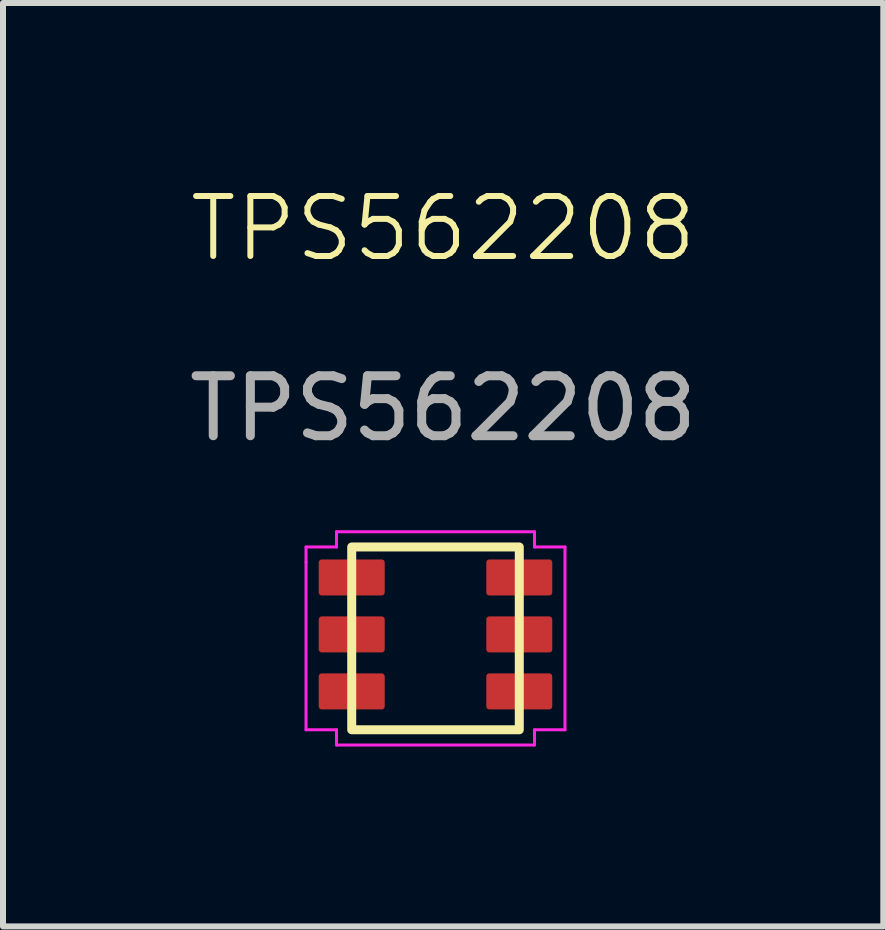
<source format=kicad_pcb>
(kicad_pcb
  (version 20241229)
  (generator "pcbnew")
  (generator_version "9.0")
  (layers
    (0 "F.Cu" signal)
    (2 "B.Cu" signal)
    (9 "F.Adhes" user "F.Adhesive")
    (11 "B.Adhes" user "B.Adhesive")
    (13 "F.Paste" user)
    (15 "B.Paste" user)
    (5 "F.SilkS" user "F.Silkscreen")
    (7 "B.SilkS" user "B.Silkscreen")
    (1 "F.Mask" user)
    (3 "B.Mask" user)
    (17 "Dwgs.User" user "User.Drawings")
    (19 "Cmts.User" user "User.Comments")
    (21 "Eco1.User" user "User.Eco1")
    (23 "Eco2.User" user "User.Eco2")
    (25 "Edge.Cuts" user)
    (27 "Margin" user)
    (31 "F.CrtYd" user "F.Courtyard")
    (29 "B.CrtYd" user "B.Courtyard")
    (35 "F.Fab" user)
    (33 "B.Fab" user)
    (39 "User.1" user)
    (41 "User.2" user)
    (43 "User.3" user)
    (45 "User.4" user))
  (footprint "TPS562208"
    (layer "F.Cu")
    (at 2.815 6.071)
    (property "Reference" "TPS562208" (at 1.524 -5.31 0) (unlocked yes) (layer "F.SilkS") (effects (font (size 1 1) (thickness 0.1))))
    (attr smd)
    (fp_rect (start 0 0) (end 2.794 3.048) (stroke (width 0.15) (type default)) (fill no) (layer "F.SilkS"))
    (fp_line (start -0.762 0) (end -0.762 0.254) (stroke (width 0.05) (type default)) (layer "F.CrtYd"))
    (fp_line (start -0.762 0.254) (end -0.762 3.048) (stroke (width 0.05) (type default)) (layer "F.CrtYd"))
    (fp_line (start -0.762 3.048) (end -0.254 3.048) (stroke (width 0.05) (type default)) (layer "F.CrtYd"))
    (fp_line (start -0.254 -0.254) (end -0.254 0) (stroke (width 0.05) (type default)) (layer "F.CrtYd"))
    (fp_line (start -0.254 0) (end -0.762 0) (stroke (width 0.05) (type default)) (layer "F.CrtYd"))
    (fp_line (start -0.254 3.048) (end -0.254 3.302) (stroke (width 0.05) (type default)) (layer "F.CrtYd"))
    (fp_line (start -0.254 3.302) (end 3.048 3.302) (stroke (width 0.05) (type default)) (layer "F.CrtYd"))
    (fp_line (start 3.048 -0.254) (end -0.254 -0.254) (stroke (width 0.05) (type default)) (layer "F.CrtYd"))
    (fp_line (start 3.048 0) (end 3.048 -0.254) (stroke (width 0.05) (type default)) (layer "F.CrtYd"))
    (fp_line (start 3.048 3.048) (end 3.556 3.048) (stroke (width 0.05) (type default)) (layer "F.CrtYd"))
    (fp_line (start 3.048 3.302) (end 3.048 3.048) (stroke (width 0.05) (type default)) (layer "F.CrtYd"))
    (fp_line (start 3.556 0) (end 3.048 0) (stroke (width 0.05) (type default)) (layer "F.CrtYd"))
    (fp_line (start 3.556 3.048) (end 3.556 0) (stroke (width 0.05) (type default)) (layer "F.CrtYd"))
    (fp_text user "${REFERENCE}" (at 1.524 -2.31 0) (unlocked yes) (layer "F.Fab") (effects (font (size 1 1) (thickness 0.15))))
    (pad "1" smd roundrect (at 0 0.508) (size 1.1 0.6) (layers "*.Mask" "F.Cu" "F.Paste") (roundrect_rratio 0.083))
    (pad "2" smd roundrect (at 0 1.458) (size 1.1 0.6) (layers "*.Mask" "F.Cu" "F.Paste") (roundrect_rratio 0.083))
    (pad "3" smd roundrect (at 0 2.408) (size 1.1 0.6) (layers "*.Mask" "F.Cu" "F.Paste") (roundrect_rratio 0.083))
    (pad "4" smd roundrect (at 2.794 2.408) (size 1.1 0.6) (layers "*.Mask" "F.Cu" "F.Paste") (roundrect_rratio 0.083))
    (pad "5" smd roundrect (at 2.794 1.458) (size 1.1 0.6) (layers "*.Mask" "F.Cu" "F.Paste") (roundrect_rratio 0.083))
    (pad "6" smd roundrect (at 2.794 0.508) (size 1.1 0.6) (layers "*.Mask" "F.Cu" "F.Paste") (roundrect_rratio 0.083)))
  (gr_rect
    (start -3 -3)
    (end 11.679 12.398)
    (stroke (width 0.1) (type default))
    (fill no)
    (layer "Edge.Cuts")))
</source>
